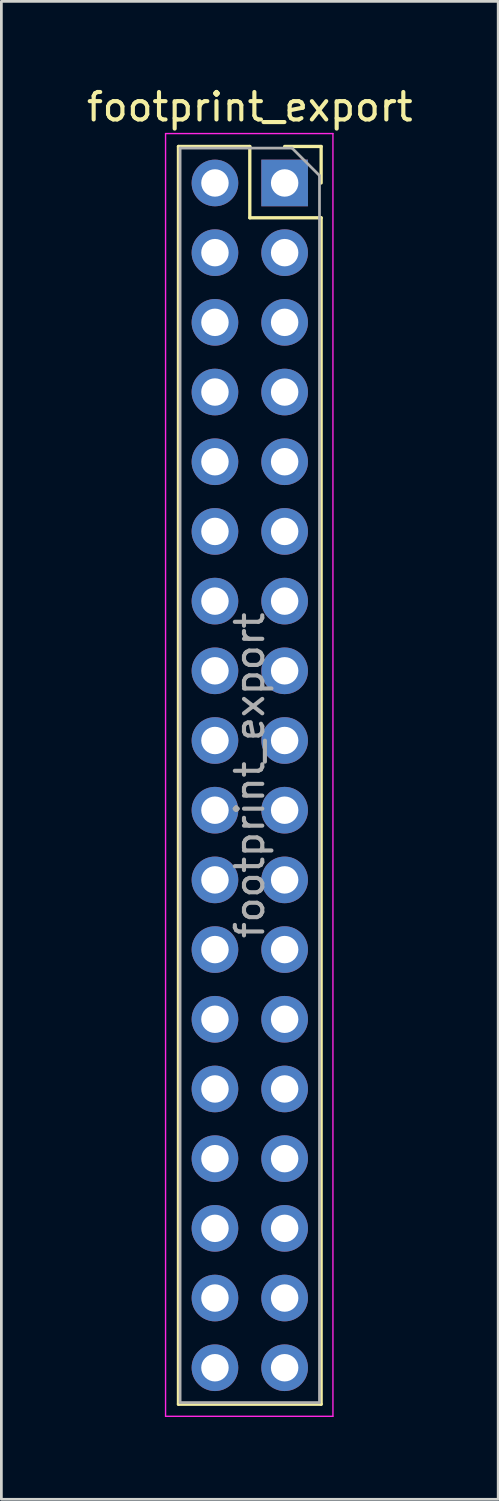
<source format=kicad_pcb>
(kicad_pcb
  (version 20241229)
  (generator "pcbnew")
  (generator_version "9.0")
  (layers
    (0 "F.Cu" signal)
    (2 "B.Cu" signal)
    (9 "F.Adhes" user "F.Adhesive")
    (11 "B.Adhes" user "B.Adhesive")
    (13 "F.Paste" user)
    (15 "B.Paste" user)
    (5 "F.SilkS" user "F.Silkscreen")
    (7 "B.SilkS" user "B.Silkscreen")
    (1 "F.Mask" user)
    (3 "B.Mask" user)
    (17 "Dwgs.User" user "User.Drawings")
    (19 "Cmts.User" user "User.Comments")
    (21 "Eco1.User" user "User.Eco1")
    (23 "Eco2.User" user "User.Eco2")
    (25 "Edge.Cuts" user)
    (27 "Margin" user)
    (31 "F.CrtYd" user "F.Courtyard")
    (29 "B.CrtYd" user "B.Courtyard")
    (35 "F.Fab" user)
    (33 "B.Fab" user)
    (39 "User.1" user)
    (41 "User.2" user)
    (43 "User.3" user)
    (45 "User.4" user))
  (footprint "footprint_export"
    (layer "F.Cu")
    (at 7.324 3.618)
    (property "Reference" "footprint_export" (at -1.27 -2.77 0) (layer "F.SilkS") (effects (font (size 1 1) (thickness 0.15))))
    (attr through_hole)
    (fp_line (start -3.87 -1.33) (end -3.87 44.51) (stroke (width 0.12) (type solid)) (layer "F.SilkS"))
    (fp_line (start -3.87 -1.33) (end -1.27 -1.33) (stroke (width 0.12) (type solid)) (layer "F.SilkS"))
    (fp_line (start -3.87 44.51) (end 1.33 44.51) (stroke (width 0.12) (type solid)) (layer "F.SilkS"))
    (fp_line (start -1.27 -1.33) (end -1.27 1.27) (stroke (width 0.12) (type solid)) (layer "F.SilkS"))
    (fp_line (start -1.27 1.27) (end 1.33 1.27) (stroke (width 0.12) (type solid)) (layer "F.SilkS"))
    (fp_line (start 0 -1.33) (end 1.33 -1.33) (stroke (width 0.12) (type solid)) (layer "F.SilkS"))
    (fp_line (start 1.33 -1.33) (end 1.33 0) (stroke (width 0.12) (type solid)) (layer "F.SilkS"))
    (fp_line (start 1.33 1.27) (end 1.33 44.51) (stroke (width 0.12) (type solid)) (layer "F.SilkS"))
    (fp_line (start -4.34 -1.8) (end 1.76 -1.8) (stroke (width 0.05) (type solid)) (layer "F.CrtYd"))
    (fp_line (start -4.34 44.95) (end -4.34 -1.8) (stroke (width 0.05) (type solid)) (layer "F.CrtYd"))
    (fp_line (start 1.76 -1.8) (end 1.76 44.95) (stroke (width 0.05) (type solid)) (layer "F.CrtYd"))
    (fp_line (start 1.76 44.95) (end -4.34 44.95) (stroke (width 0.05) (type solid)) (layer "F.CrtYd"))
    (fp_line (start -3.81 -1.27) (end 0.27 -1.27) (stroke (width 0.1) (type solid)) (layer "F.Fab"))
    (fp_line (start -3.81 44.45) (end -3.81 -1.27) (stroke (width 0.1) (type solid)) (layer "F.Fab"))
    (fp_line (start 0.27 -1.27) (end 1.27 -0.27) (stroke (width 0.1) (type solid)) (layer "F.Fab"))
    (fp_line (start 1.27 -0.27) (end 1.27 44.45) (stroke (width 0.1) (type solid)) (layer "F.Fab"))
    (fp_line (start 1.27 44.45) (end -3.81 44.45) (stroke (width 0.1) (type solid)) (layer "F.Fab"))
    (fp_text user "${REFERENCE}" (at -1.27 21.59 90) (layer "F.Fab") (effects (font (size 1 1) (thickness 0.15))))
    (pad "1" thru_hole rect (at 0 0) (size 1.7 1.7) (drill 1) (layers "*.Cu" "*.Mask"))
    (pad "2" thru_hole oval (at -2.54 0) (size 1.7 1.7) (drill 1) (layers "*.Cu" "*.Mask"))
    (pad "3" thru_hole oval (at 0 2.54) (size 1.7 1.7) (drill 1) (layers "*.Cu" "*.Mask"))
    (pad "4" thru_hole oval (at -2.54 2.54) (size 1.7 1.7) (drill 1) (layers "*.Cu" "*.Mask"))
    (pad "5" thru_hole oval (at 0 5.08) (size 1.7 1.7) (drill 1) (layers "*.Cu" "*.Mask"))
    (pad "6" thru_hole oval (at -2.54 5.08) (size 1.7 1.7) (drill 1) (layers "*.Cu" "*.Mask"))
    (pad "7" thru_hole oval (at 0 7.62) (size 1.7 1.7) (drill 1) (layers "*.Cu" "*.Mask"))
    (pad "8" thru_hole oval (at -2.54 7.62) (size 1.7 1.7) (drill 1) (layers "*.Cu" "*.Mask"))
    (pad "9" thru_hole oval (at 0 10.16) (size 1.7 1.7) (drill 1) (layers "*.Cu" "*.Mask"))
    (pad "10" thru_hole oval (at -2.54 10.16) (size 1.7 1.7) (drill 1) (layers "*.Cu" "*.Mask"))
    (pad "11" thru_hole oval (at 0 12.7) (size 1.7 1.7) (drill 1) (layers "*.Cu" "*.Mask"))
    (pad "12" thru_hole oval (at -2.54 12.7) (size 1.7 1.7) (drill 1) (layers "*.Cu" "*.Mask"))
    (pad "13" thru_hole oval (at 0 15.24) (size 1.7 1.7) (drill 1) (layers "*.Cu" "*.Mask"))
    (pad "14" thru_hole oval (at -2.54 15.24) (size 1.7 1.7) (drill 1) (layers "*.Cu" "*.Mask"))
    (pad "15" thru_hole oval (at 0 17.78) (size 1.7 1.7) (drill 1) (layers "*.Cu" "*.Mask"))
    (pad "16" thru_hole oval (at -2.54 17.78) (size 1.7 1.7) (drill 1) (layers "*.Cu" "*.Mask"))
    (pad "17" thru_hole oval (at 0 20.32) (size 1.7 1.7) (drill 1) (layers "*.Cu" "*.Mask"))
    (pad "18" thru_hole oval (at -2.54 20.32) (size 1.7 1.7) (drill 1) (layers "*.Cu" "*.Mask"))
    (pad "19" thru_hole oval (at 0 22.86) (size 1.7 1.7) (drill 1) (layers "*.Cu" "*.Mask"))
    (pad "20" thru_hole oval (at -2.54 22.86) (size 1.7 1.7) (drill 1) (layers "*.Cu" "*.Mask"))
    (pad "21" thru_hole oval (at 0 25.4) (size 1.7 1.7) (drill 1) (layers "*.Cu" "*.Mask"))
    (pad "22" thru_hole oval (at -2.54 25.4) (size 1.7 1.7) (drill 1) (layers "*.Cu" "*.Mask"))
    (pad "23" thru_hole oval (at 0 27.94) (size 1.7 1.7) (drill 1) (layers "*.Cu" "*.Mask"))
    (pad "24" thru_hole oval (at -2.54 27.94) (size 1.7 1.7) (drill 1) (layers "*.Cu" "*.Mask"))
    (pad "25" thru_hole oval (at 0 30.48) (size 1.7 1.7) (drill 1) (layers "*.Cu" "*.Mask"))
    (pad "26" thru_hole oval (at -2.54 30.48) (size 1.7 1.7) (drill 1) (layers "*.Cu" "*.Mask"))
    (pad "27" thru_hole oval (at 0 33.02) (size 1.7 1.7) (drill 1) (layers "*.Cu" "*.Mask"))
    (pad "28" thru_hole oval (at -2.54 33.02) (size 1.7 1.7) (drill 1) (layers "*.Cu" "*.Mask"))
    (pad "29" thru_hole oval (at 0 35.56) (size 1.7 1.7) (drill 1) (layers "*.Cu" "*.Mask"))
    (pad "30" thru_hole oval (at -2.54 35.56) (size 1.7 1.7) (drill 1) (layers "*.Cu" "*.Mask"))
    (pad "31" thru_hole oval (at 0 38.1) (size 1.7 1.7) (drill 1) (layers "*.Cu" "*.Mask"))
    (pad "32" thru_hole oval (at -2.54 38.1) (size 1.7 1.7) (drill 1) (layers "*.Cu" "*.Mask"))
    (pad "33" thru_hole oval (at 0 40.64) (size 1.7 1.7) (drill 1) (layers "*.Cu" "*.Mask"))
    (pad "34" thru_hole oval (at -2.54 40.64) (size 1.7 1.7) (drill 1) (layers "*.Cu" "*.Mask"))
    (pad "35" thru_hole oval (at 0 43.18) (size 1.7 1.7) (drill 1) (layers "*.Cu" "*.Mask"))
    (pad "36" thru_hole oval (at -2.54 43.18) (size 1.7 1.7) (drill 1) (layers "*.Cu" "*.Mask")))
  (gr_rect
    (start -3 -3)
    (end 15.107 51.593)
    (stroke (width 0.1) (type default))
    (fill no)
    (layer "Edge.Cuts")))
</source>
